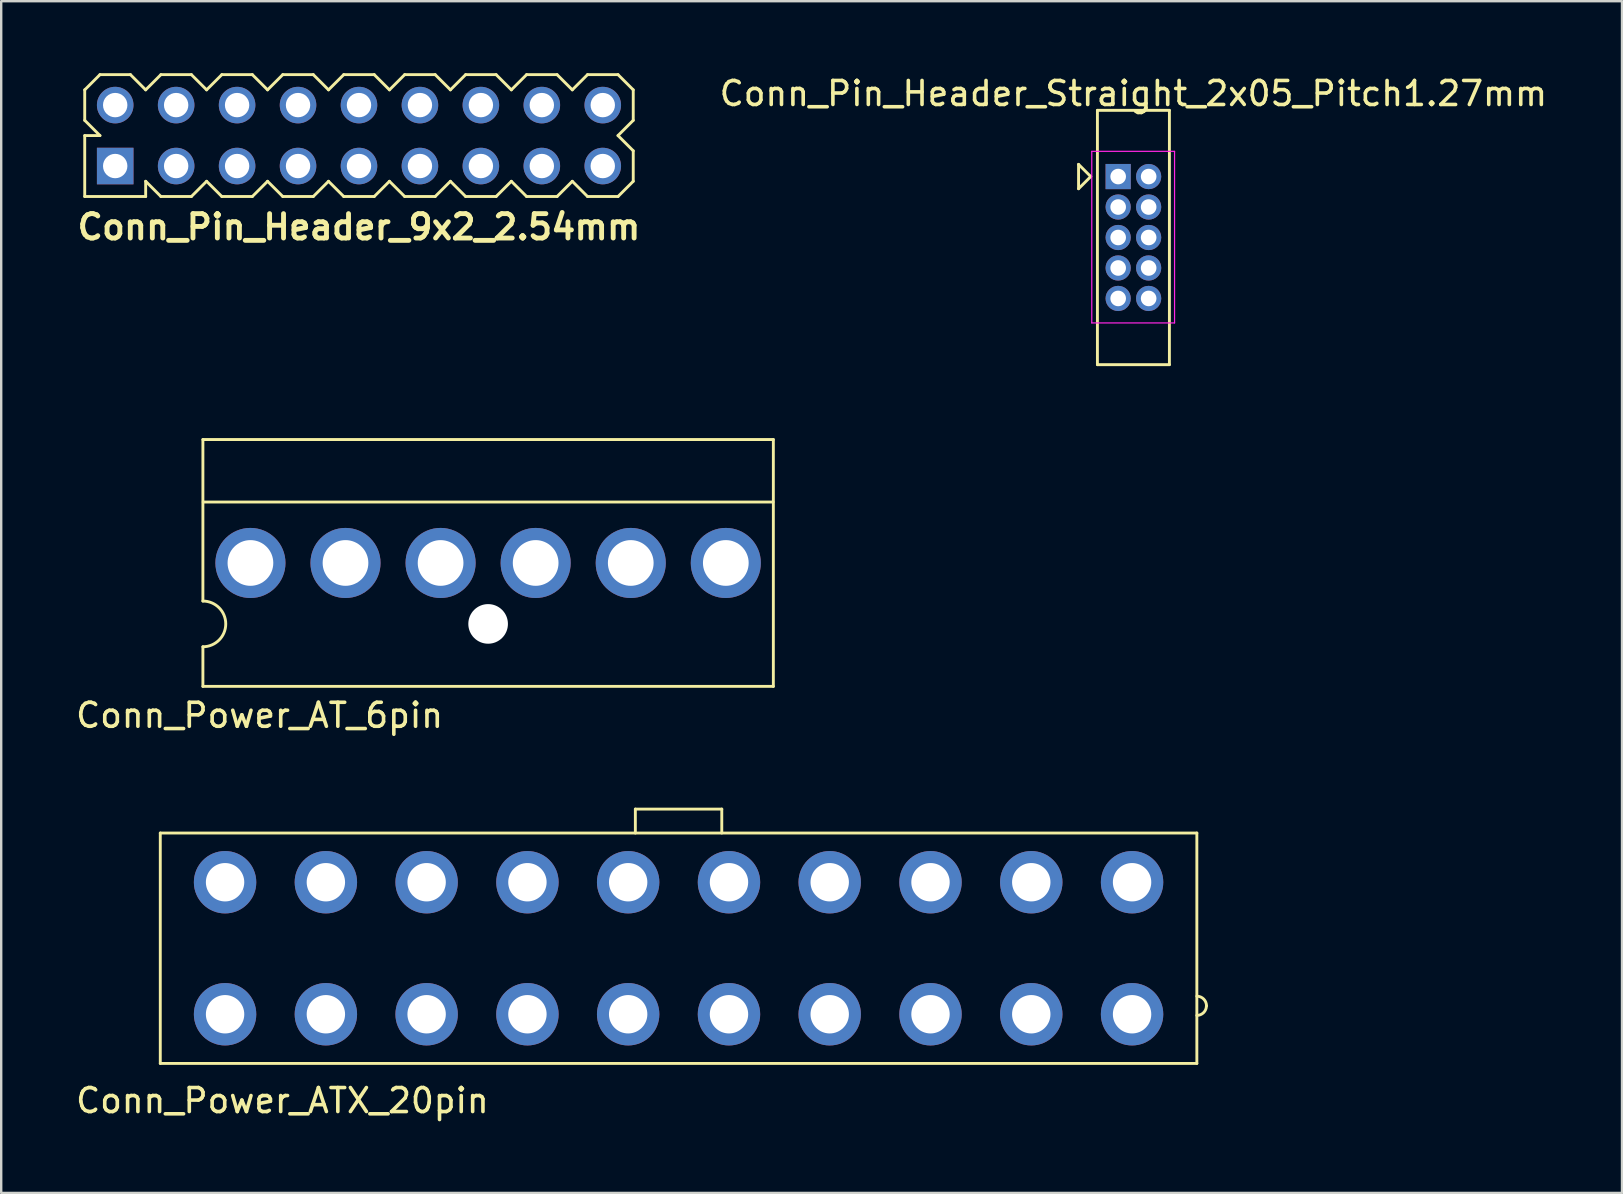
<source format=kicad_pcb>
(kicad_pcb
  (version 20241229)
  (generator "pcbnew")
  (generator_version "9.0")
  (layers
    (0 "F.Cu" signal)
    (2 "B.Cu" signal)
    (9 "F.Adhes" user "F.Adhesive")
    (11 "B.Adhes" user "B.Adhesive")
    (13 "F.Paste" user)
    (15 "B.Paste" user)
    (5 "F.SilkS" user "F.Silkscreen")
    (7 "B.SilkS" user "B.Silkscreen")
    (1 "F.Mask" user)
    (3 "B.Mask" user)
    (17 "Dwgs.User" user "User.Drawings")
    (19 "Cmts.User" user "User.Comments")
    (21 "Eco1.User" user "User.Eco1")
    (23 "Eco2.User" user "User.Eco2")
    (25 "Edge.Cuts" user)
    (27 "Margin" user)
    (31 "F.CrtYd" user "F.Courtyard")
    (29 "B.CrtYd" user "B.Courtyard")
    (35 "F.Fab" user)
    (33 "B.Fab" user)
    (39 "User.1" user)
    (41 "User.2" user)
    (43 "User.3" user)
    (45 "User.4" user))
  (footprint "Conn_Pin_Header_Straight_2x05_Pitch1.27mm"
    (layer "F.Cu")
    (at 44.186 6.848)
    (property "Reference" "Conn_Pin_Header_Straight_2x05_Pitch1.27mm" (at 0 -6 0) (layer "F.SilkS") (effects (font (size 1 1) (thickness 0.15))))
    (attr through_hole)
    (fp_line (start -2.286 -3.048) (end -2.286 -2.032) (stroke (width 0.12) (type solid)) (layer "F.SilkS"))
    (fp_line (start -2.286 -2.032) (end -1.778 -2.54) (stroke (width 0.12) (type solid)) (layer "F.SilkS"))
    (fp_line (start -1.778 -2.54) (end -2.286 -3.048) (stroke (width 0.12) (type solid)) (layer "F.SilkS"))
    (fp_line (start -1.5 -5.3) (end -1.5 5.3) (stroke (width 0.12) (type solid)) (layer "F.SilkS"))
    (fp_line (start -1.5 -5.3) (end 1.5 -5.3) (stroke (width 0.12) (type solid)) (layer "F.SilkS"))
    (fp_line (start -1.5 5.3) (end 1.5 5.3) (stroke (width 0.12) (type solid)) (layer "F.SilkS"))
    (fp_line (start 1.5 5.3) (end 1.5 -5.3) (stroke (width 0.12) (type solid)) (layer "F.SilkS"))
    (fp_line (start -1.735 -3.59) (end -1.735 3.56) (stroke (width 0.05) (type solid)) (layer "F.CrtYd"))
    (fp_line (start -1.735 -3.59) (end 1.715 -3.59) (stroke (width 0.05) (type solid)) (layer "F.CrtYd"))
    (fp_line (start -1.735 3.56) (end 1.715 3.56) (stroke (width 0.05) (type solid)) (layer "F.CrtYd"))
    (fp_line (start 1.715 -3.59) (end 1.715 3.56) (stroke (width 0.05) (type solid)) (layer "F.CrtYd"))
    (pad "1" thru_hole rect (at -0.635 -2.54) (size 1.05 1.05) (drill 0.65) (layers "*.Cu" "*.Mask"))
    (pad "2" thru_hole circle (at 0.635 -2.54) (size 1.05 1.05) (drill 0.65) (layers "*.Cu" "*.Mask"))
    (pad "3" thru_hole circle (at -0.635 -1.27) (size 1.05 1.05) (drill 0.65) (layers "*.Cu" "*.Mask"))
    (pad "4" thru_hole circle (at 0.635 -1.27) (size 1.05 1.05) (drill 0.65) (layers "*.Cu" "*.Mask"))
    (pad "5" thru_hole circle (at -0.635 0) (size 1.05 1.05) (drill 0.65) (layers "*.Cu" "*.Mask"))
    (pad "6" thru_hole circle (at 0.635 0) (size 1.05 1.05) (drill 0.65) (layers "*.Cu" "*.Mask"))
    (pad "7" thru_hole circle (at -0.635 1.27) (size 1.05 1.05) (drill 0.65) (layers "*.Cu" "*.Mask"))
    (pad "8" thru_hole circle (at 0.635 1.27) (size 1.05 1.05) (drill 0.65) (layers "*.Cu" "*.Mask"))
    (pad "9" thru_hole circle (at -0.635 2.54) (size 1.05 1.05) (drill 0.65) (layers "*.Cu" "*.Mask"))
    (pad "10" thru_hole circle (at 0.635 2.54) (size 1.05 1.05) (drill 0.65) (layers "*.Cu" "*.Mask")))
  (footprint "Conn_Power_AT_6pin"
    (layer "F.Cu")
    (at 17.293 20.412)
    (property "Reference" "Conn_Power_AT_6pin" (at -9.525 6.35 0) (layer "F.SilkS") (effects (font (size 1 1) (thickness 0.15))))
    (attr through_hole)
    (fp_line (start -11.887 -5.144) (end -11.887 1.587) (stroke (width 0.12) (type solid)) (layer "F.SilkS"))
    (fp_line (start -11.887 3.493) (end -11.887 5.144) (stroke (width 0.12) (type solid)) (layer "F.SilkS"))
    (fp_line (start -11.887 5.144) (end 11.887 5.144) (stroke (width 0.12) (type solid)) (layer "F.SilkS"))
    (fp_line (start -11.874 -2.54) (end 11.874 -2.54) (stroke (width 0.12) (type solid)) (layer "F.SilkS"))
    (fp_line (start 11.887 -5.144) (end -11.887 -5.144) (stroke (width 0.12) (type solid)) (layer "F.SilkS"))
    (fp_line (start 11.887 -5.144) (end 11.887 5.144) (stroke (width 0.12) (type solid)) (layer "F.SilkS"))
    (fp_arc (start -11.8872 1.5875) (mid -10.9347 2.54) (end -11.8872 3.4925) (stroke (width 0.12) (type solid)) (layer "F.SilkS"))
    (pad "" np_thru_hole circle (at 0 2.54) (size 1.651 1.651) (drill 1.651) (layers "*.Cu" "*.Mask"))
    (pad "1" thru_hole circle (at 9.906 0) (size 2.921 2.921) (drill 1.905) (layers "*.Cu" "*.Mask"))
    (pad "2" thru_hole circle (at 5.944 0) (size 2.921 2.921) (drill 1.905) (layers "*.Cu" "*.Mask"))
    (pad "3" thru_hole circle (at 1.981 0) (size 2.921 2.921) (drill 1.905) (layers "*.Cu" "*.Mask"))
    (pad "4" thru_hole circle (at -1.981 0) (size 2.921 2.921) (drill 1.905) (layers "*.Cu" "*.Mask"))
    (pad "5" thru_hole circle (at -5.944 0) (size 2.921 2.921) (drill 1.905) (layers "*.Cu" "*.Mask"))
    (pad "6" thru_hole circle (at -9.906 0) (size 2.921 2.921) (drill 1.905) (layers "*.Cu" "*.Mask")))
  (footprint "Conn_Power_ATX_20pin"
    (layer "F.Cu")
    (at 25.23 36.469)
    (property "Reference" "Conn_Power_ATX_20pin" (at -16.51 6.35 0) (layer "F.SilkS") (effects (font (size 1 1) (thickness 0.15))))
    (attr through_hole)
    (fp_line (start -21.6 -4.801) (end -21.6 4.801) (stroke (width 0.12) (type solid)) (layer "F.SilkS"))
    (fp_line (start -21.6 4.801) (end 21.6 4.801) (stroke (width 0.12) (type solid)) (layer "F.SilkS"))
    (fp_line (start -1.801 -5.799) (end -1.801 -4.801) (stroke (width 0.12) (type solid)) (layer "F.SilkS"))
    (fp_line (start 1.801 -5.799) (end -1.801 -5.799) (stroke (width 0.12) (type solid)) (layer "F.SilkS"))
    (fp_line (start 1.801 -4.801) (end 1.801 -5.799) (stroke (width 0.12) (type solid)) (layer "F.SilkS"))
    (fp_line (start 21.6 -4.801) (end -21.6 -4.801) (stroke (width 0.12) (type solid)) (layer "F.SilkS"))
    (fp_line (start 21.6 -4.801) (end 21.6 4.801) (stroke (width 0.12) (type solid)) (layer "F.SilkS"))
    (fp_arc (start 21.60016 1.99898) (mid 21.883936 2.116524) (end 22.00148 2.4003) (stroke (width 0.12) (type solid)) (layer "F.SilkS"))
    (fp_arc (start 21.99894 2.4003) (mid 21.88214 2.68228) (end 21.60016 2.79908) (stroke (width 0.12) (type solid)) (layer "F.SilkS"))
    (pad "1" thru_hole circle (at 18.9 2.751) (size 2.601 2.601) (drill 1.6) (layers "*.Cu" "*.Mask"))
    (pad "2" thru_hole circle (at 14.699 2.751) (size 2.601 2.601) (drill 1.6) (layers "*.Cu" "*.Mask"))
    (pad "3" thru_hole circle (at 10.5 2.751) (size 2.601 2.601) (drill 1.6) (layers "*.Cu" "*.Mask"))
    (pad "4" thru_hole circle (at 6.299 2.751) (size 2.601 2.601) (drill 1.6) (layers "*.Cu" "*.Mask"))
    (pad "5" thru_hole circle (at 2.101 2.751) (size 2.601 2.601) (drill 1.6) (layers "*.Cu" "*.Mask"))
    (pad "6" thru_hole circle (at -2.101 2.751) (size 2.601 2.601) (drill 1.6) (layers "*.Cu" "*.Mask"))
    (pad "7" thru_hole circle (at -6.299 2.751) (size 2.601 2.601) (drill 1.6) (layers "*.Cu" "*.Mask"))
    (pad "8" thru_hole circle (at -10.5 2.751) (size 2.601 2.601) (drill 1.6) (layers "*.Cu" "*.Mask"))
    (pad "9" thru_hole circle (at -14.699 2.751) (size 2.601 2.601) (drill 1.6) (layers "*.Cu" "*.Mask"))
    (pad "10" thru_hole circle (at -18.9 2.751) (size 2.601 2.601) (drill 1.6) (layers "*.Cu" "*.Mask"))
    (pad "11" thru_hole circle (at 18.9 -2.751) (size 2.601 2.601) (drill 1.6) (layers "*.Cu" "*.Mask"))
    (pad "12" thru_hole circle (at 14.699 -2.751) (size 2.601 2.601) (drill 1.6) (layers "*.Cu" "*.Mask"))
    (pad "13" thru_hole circle (at 10.5 -2.751) (size 2.601 2.601) (drill 1.6) (layers "*.Cu" "*.Mask"))
    (pad "14" thru_hole circle (at 6.299 -2.751) (size 2.601 2.601) (drill 1.6) (layers "*.Cu" "*.Mask"))
    (pad "15" thru_hole circle (at 2.101 -2.751) (size 2.601 2.601) (drill 1.6) (layers "*.Cu" "*.Mask"))
    (pad "16" thru_hole circle (at -2.101 -2.751) (size 2.601 2.601) (drill 1.6) (layers "*.Cu" "*.Mask"))
    (pad "17" thru_hole circle (at -6.299 -2.751) (size 2.601 2.601) (drill 1.6) (layers "*.Cu" "*.Mask"))
    (pad "18" thru_hole circle (at -10.5 -2.751) (size 2.601 2.601) (drill 1.6) (layers "*.Cu" "*.Mask"))
    (pad "19" thru_hole circle (at -14.699 -2.751) (size 2.601 2.601) (drill 1.6) (layers "*.Cu" "*.Mask"))
    (pad "20" thru_hole circle (at -18.9 -2.751) (size 2.601 2.601) (drill 1.6) (layers "*.Cu" "*.Mask")))
  (footprint "Conn_Pin_Header_9x2_2.54mm"
    (layer "F.Cu")
    (at 11.911 2.6)
    (property "Reference" "Conn_Pin_Header_9x2_2.54mm" (at 0 3.81 0) (layer "F.SilkS") (effects (font (size 1.016 1.016) (thickness 0.203))))
    (attr through_hole)
    (fp_line (start -11.43 -1.905) (end -11.43 -0.635) (stroke (width 0.12) (type solid)) (layer "F.SilkS"))
    (fp_line (start -11.43 -0.635) (end -10.795 0) (stroke (width 0.12) (type solid)) (layer "F.SilkS"))
    (fp_line (start -11.43 0) (end -11.43 2.54) (stroke (width 0.12) (type solid)) (layer "F.SilkS"))
    (fp_line (start -11.43 2.54) (end -8.89 2.54) (stroke (width 0.12) (type solid)) (layer "F.SilkS"))
    (fp_line (start -10.795 -2.54) (end -11.43 -1.905) (stroke (width 0.12) (type solid)) (layer "F.SilkS"))
    (fp_line (start -10.795 0) (end -11.43 0) (stroke (width 0.12) (type solid)) (layer "F.SilkS"))
    (fp_line (start -9.525 -2.54) (end -10.795 -2.54) (stroke (width 0.12) (type solid)) (layer "F.SilkS"))
    (fp_line (start -8.89 -1.905) (end -9.525 -2.54) (stroke (width 0.12) (type solid)) (layer "F.SilkS"))
    (fp_line (start -8.89 1.905) (end -8.255 2.54) (stroke (width 0.12) (type solid)) (layer "F.SilkS"))
    (fp_line (start -8.89 2.54) (end -8.89 1.905) (stroke (width 0.12) (type solid)) (layer "F.SilkS"))
    (fp_line (start -8.255 -2.54) (end -8.89 -1.905) (stroke (width 0.12) (type solid)) (layer "F.SilkS"))
    (fp_line (start -8.255 2.54) (end -6.985 2.54) (stroke (width 0.12) (type solid)) (layer "F.SilkS"))
    (fp_line (start -6.985 -2.54) (end -8.255 -2.54) (stroke (width 0.12) (type solid)) (layer "F.SilkS"))
    (fp_line (start -6.985 2.54) (end -6.35 1.905) (stroke (width 0.12) (type solid)) (layer "F.SilkS"))
    (fp_line (start -6.35 -1.905) (end -6.985 -2.54) (stroke (width 0.12) (type solid)) (layer "F.SilkS"))
    (fp_line (start -6.35 1.905) (end -5.715 2.54) (stroke (width 0.12) (type solid)) (layer "F.SilkS"))
    (fp_line (start -5.715 -2.54) (end -6.35 -1.905) (stroke (width 0.12) (type solid)) (layer "F.SilkS"))
    (fp_line (start -5.715 2.54) (end -4.445 2.54) (stroke (width 0.12) (type solid)) (layer "F.SilkS"))
    (fp_line (start -4.445 -2.54) (end -5.715 -2.54) (stroke (width 0.12) (type solid)) (layer "F.SilkS"))
    (fp_line (start -4.445 2.54) (end -3.81 1.905) (stroke (width 0.12) (type solid)) (layer "F.SilkS"))
    (fp_line (start -3.81 -1.905) (end -4.445 -2.54) (stroke (width 0.12) (type solid)) (layer "F.SilkS"))
    (fp_line (start -3.81 1.905) (end -3.175 2.54) (stroke (width 0.12) (type solid)) (layer "F.SilkS"))
    (fp_line (start -3.175 -2.54) (end -3.81 -1.905) (stroke (width 0.12) (type solid)) (layer "F.SilkS"))
    (fp_line (start -3.175 2.54) (end -1.905 2.54) (stroke (width 0.12) (type solid)) (layer "F.SilkS"))
    (fp_line (start -1.905 -2.54) (end -3.175 -2.54) (stroke (width 0.12) (type solid)) (layer "F.SilkS"))
    (fp_line (start -1.905 2.54) (end -1.27 1.905) (stroke (width 0.12) (type solid)) (layer "F.SilkS"))
    (fp_line (start -1.27 -1.905) (end -1.905 -2.54) (stroke (width 0.12) (type solid)) (layer "F.SilkS"))
    (fp_line (start -1.27 1.905) (end -0.635 2.54) (stroke (width 0.12) (type solid)) (layer "F.SilkS"))
    (fp_line (start -0.635 -2.54) (end -1.27 -1.905) (stroke (width 0.12) (type solid)) (layer "F.SilkS"))
    (fp_line (start -0.635 2.54) (end 0.635 2.54) (stroke (width 0.12) (type solid)) (layer "F.SilkS"))
    (fp_line (start 0.635 -2.54) (end -0.635 -2.54) (stroke (width 0.12) (type solid)) (layer "F.SilkS"))
    (fp_line (start 0.635 2.54) (end 1.27 1.905) (stroke (width 0.12) (type solid)) (layer "F.SilkS"))
    (fp_line (start 1.27 -1.905) (end 0.635 -2.54) (stroke (width 0.12) (type solid)) (layer "F.SilkS"))
    (fp_line (start 1.27 1.905) (end 1.905 2.54) (stroke (width 0.12) (type solid)) (layer "F.SilkS"))
    (fp_line (start 1.905 -2.54) (end 1.27 -1.905) (stroke (width 0.12) (type solid)) (layer "F.SilkS"))
    (fp_line (start 1.905 2.54) (end 3.175 2.54) (stroke (width 0.12) (type solid)) (layer "F.SilkS"))
    (fp_line (start 3.175 -2.54) (end 1.905 -2.54) (stroke (width 0.12) (type solid)) (layer "F.SilkS"))
    (fp_line (start 3.175 2.54) (end 3.81 1.905) (stroke (width 0.12) (type solid)) (layer "F.SilkS"))
    (fp_line (start 3.81 -1.905) (end 3.175 -2.54) (stroke (width 0.12) (type solid)) (layer "F.SilkS"))
    (fp_line (start 3.81 1.905) (end 4.445 2.54) (stroke (width 0.12) (type solid)) (layer "F.SilkS"))
    (fp_line (start 4.445 -2.54) (end 3.81 -1.905) (stroke (width 0.12) (type solid)) (layer "F.SilkS"))
    (fp_line (start 4.445 2.54) (end 5.715 2.54) (stroke (width 0.12) (type solid)) (layer "F.SilkS"))
    (fp_line (start 5.715 -2.54) (end 4.445 -2.54) (stroke (width 0.12) (type solid)) (layer "F.SilkS"))
    (fp_line (start 5.715 2.54) (end 6.35 1.905) (stroke (width 0.12) (type solid)) (layer "F.SilkS"))
    (fp_line (start 6.35 -1.905) (end 5.715 -2.54) (stroke (width 0.12) (type solid)) (layer "F.SilkS"))
    (fp_line (start 6.35 1.905) (end 6.985 2.54) (stroke (width 0.12) (type solid)) (layer "F.SilkS"))
    (fp_line (start 6.985 -2.54) (end 6.35 -1.905) (stroke (width 0.12) (type solid)) (layer "F.SilkS"))
    (fp_line (start 6.985 2.54) (end 8.255 2.54) (stroke (width 0.12) (type solid)) (layer "F.SilkS"))
    (fp_line (start 8.255 -2.54) (end 6.985 -2.54) (stroke (width 0.12) (type solid)) (layer "F.SilkS"))
    (fp_line (start 8.255 2.54) (end 8.89 1.905) (stroke (width 0.12) (type solid)) (layer "F.SilkS"))
    (fp_line (start 8.89 -1.905) (end 8.255 -2.54) (stroke (width 0.12) (type solid)) (layer "F.SilkS"))
    (fp_line (start 8.89 1.905) (end 9.525 2.54) (stroke (width 0.12) (type solid)) (layer "F.SilkS"))
    (fp_line (start 9.525 -2.54) (end 8.89 -1.905) (stroke (width 0.12) (type solid)) (layer "F.SilkS"))
    (fp_line (start 9.525 2.54) (end 10.795 2.54) (stroke (width 0.12) (type solid)) (layer "F.SilkS"))
    (fp_line (start 10.795 -2.54) (end 9.525 -2.54) (stroke (width 0.12) (type solid)) (layer "F.SilkS"))
    (fp_line (start 10.795 0) (end 11.43 -0.635) (stroke (width 0.12) (type solid)) (layer "F.SilkS"))
    (fp_line (start 10.795 2.54) (end 11.43 1.905) (stroke (width 0.12) (type solid)) (layer "F.SilkS"))
    (fp_line (start 11.43 -1.905) (end 10.795 -2.54) (stroke (width 0.12) (type solid)) (layer "F.SilkS"))
    (fp_line (start 11.43 -0.635) (end 11.43 -1.905) (stroke (width 0.12) (type solid)) (layer "F.SilkS"))
    (fp_line (start 11.43 0.635) (end 10.795 0) (stroke (width 0.12) (type solid)) (layer "F.SilkS"))
    (fp_line (start 11.43 1.905) (end 11.43 0.635) (stroke (width 0.12) (type solid)) (layer "F.SilkS"))
    (pad "1" thru_hole rect (at -10.16 1.27) (size 1.524 1.524) (drill 1.016) (layers "*.Cu" "*.Mask"))
    (pad "2" thru_hole circle (at -10.16 -1.27) (size 1.524 1.524) (drill 1.016) (layers "*.Cu" "*.Mask"))
    (pad "3" thru_hole circle (at -7.62 1.27) (size 1.524 1.524) (drill 1.016) (layers "*.Cu" "*.Mask"))
    (pad "4" thru_hole circle (at -7.62 -1.27) (size 1.524 1.524) (drill 1.016) (layers "*.Cu" "*.Mask"))
    (pad "5" thru_hole circle (at -5.08 1.27) (size 1.524 1.524) (drill 1.016) (layers "*.Cu" "*.Mask"))
    (pad "6" thru_hole circle (at -5.08 -1.27) (size 1.524 1.524) (drill 1.016) (layers "*.Cu" "*.Mask"))
    (pad "7" thru_hole circle (at -2.54 1.27) (size 1.524 1.524) (drill 1.016) (layers "*.Cu" "*.Mask"))
    (pad "8" thru_hole circle (at -2.54 -1.27) (size 1.524 1.524) (drill 1.016) (layers "*.Cu" "*.Mask"))
    (pad "9" thru_hole circle (at 0 1.27) (size 1.524 1.524) (drill 1.016) (layers "*.Cu" "*.Mask"))
    (pad "10" thru_hole circle (at 0 -1.27) (size 1.524 1.524) (drill 1.016) (layers "*.Cu" "*.Mask"))
    (pad "11" thru_hole circle (at 2.54 1.27) (size 1.524 1.524) (drill 1.016) (layers "*.Cu" "*.Mask"))
    (pad "12" thru_hole circle (at 2.54 -1.27) (size 1.524 1.524) (drill 1.016) (layers "*.Cu" "*.Mask"))
    (pad "13" thru_hole circle (at 5.08 1.27) (size 1.524 1.524) (drill 1.016) (layers "*.Cu" "*.Mask"))
    (pad "14" thru_hole circle (at 5.08 -1.27) (size 1.524 1.524) (drill 1.016) (layers "*.Cu" "*.Mask"))
    (pad "15" thru_hole circle (at 7.62 1.27) (size 1.524 1.524) (drill 1.016) (layers "*.Cu" "*.Mask"))
    (pad "16" thru_hole circle (at 7.62 -1.27) (size 1.524 1.524) (drill 1.016) (layers "*.Cu" "*.Mask"))
    (pad "17" thru_hole circle (at 10.16 1.27) (size 1.524 1.524) (drill 1.016) (layers "*.Cu" "*.Mask"))
    (pad "18" thru_hole circle (at 10.16 -1.27) (size 1.524 1.524) (drill 1.016) (layers "*.Cu" "*.Mask")))
  (gr_rect
    (start -3 -3)
    (end 64.549 46.667)
    (stroke (width 0.1) (type default))
    (fill no)
    (layer "Edge.Cuts")))
</source>
